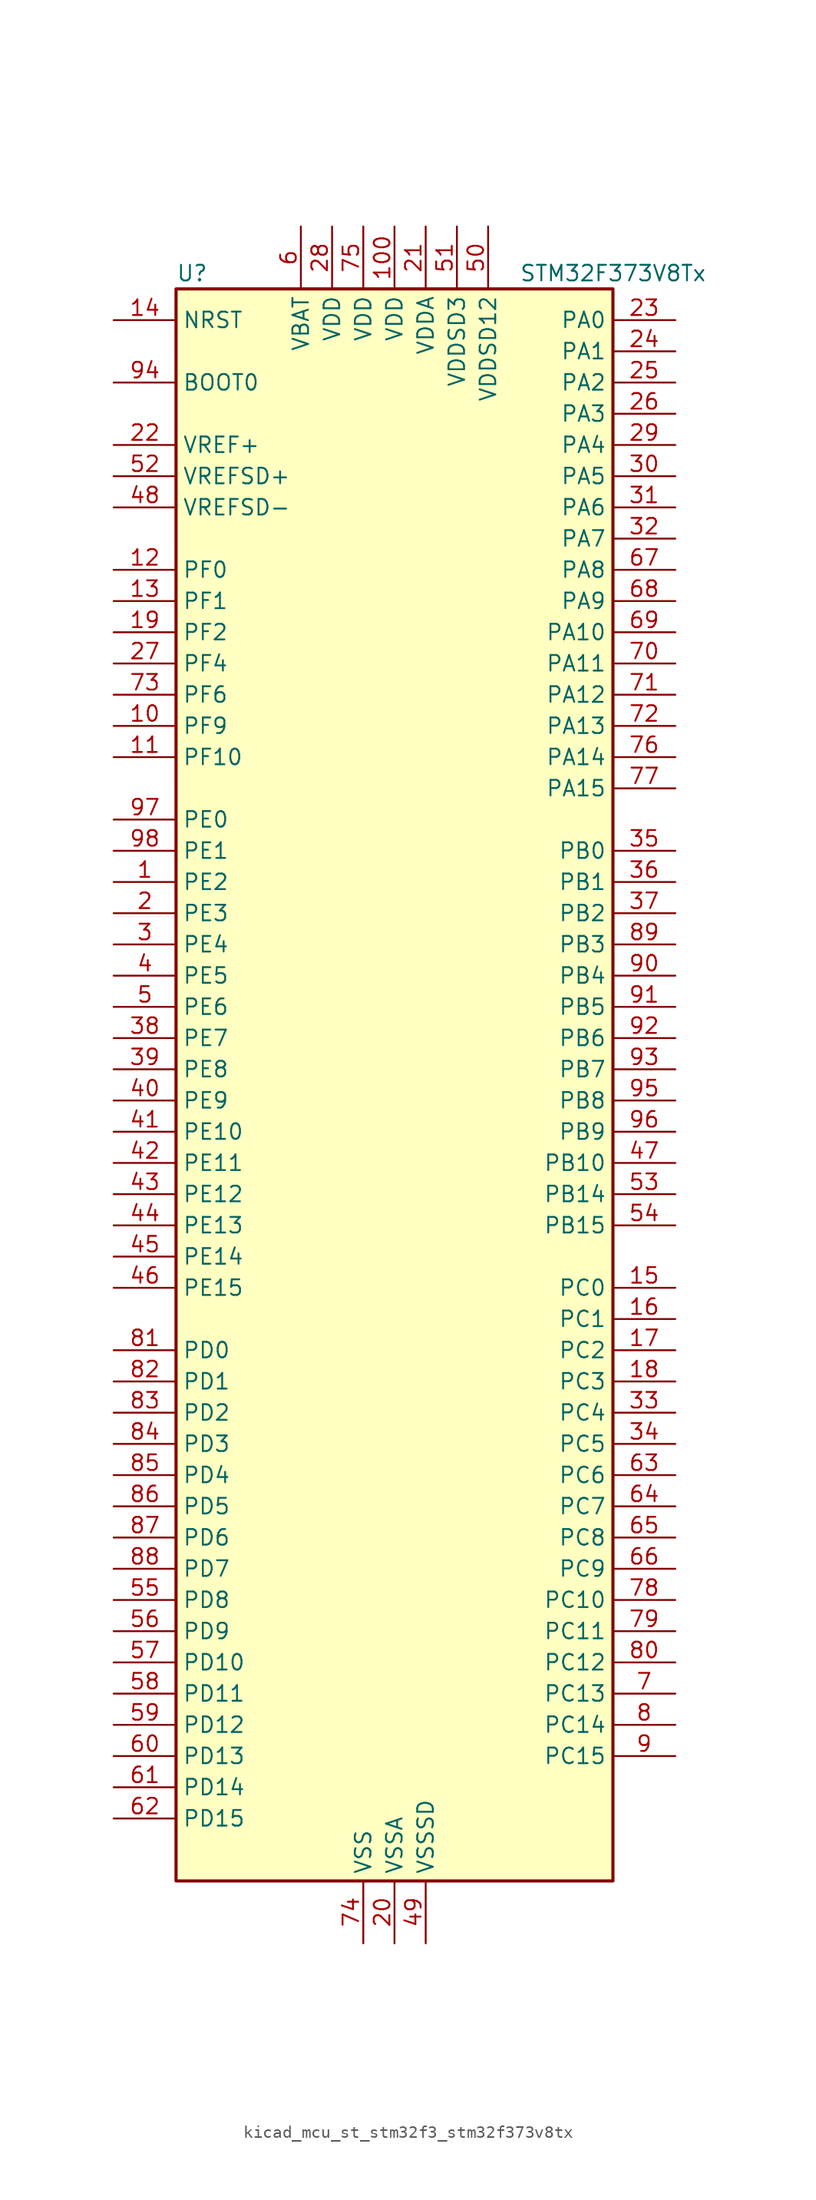
<source format=kicad_sym>
(kicad_symbol_lib
  (version 20220914)
  (generator kicad_symbol_editor)
  (symbol "kicad_mcu_st_stm32f3_stm32f373v8tx"
    (property "Reference" "U"
      (at -17.78 67.31 0)
      (effects (font (size 1.27 1.27)) (justify left)))
    (property "Value" "STM32F373V8Tx"
      (at 10.16 67.31 0)
      (effects (font (size 1.27 1.27)) (justify left)))
    (property "ki_locked" ""
      (at 0 0 0)
      (effects (font (size 1.27 1.27))))
    (symbol "kicad_mcu_st_stm32f3_stm32f373v8tx_0_1"
      (rectangle (start -17.78 -63.5) (end 17.78 66.04) (stroke (width 0.254) (type default)) (fill (type background))))
    (symbol "kicad_mcu_st_stm32f3_stm32f373v8tx_1_1"
      (pin bidirectional line (at -22.86 17.78 0) (length 5.08) (name "PE2" (effects (font (size 1.27 1.27)))) (number "1" (effects (font (size 1.27 1.27)))) (alternate "SYS_TRACECK" bidirectional line) (alternate "TSC_G7_IO1" bidirectional line))
      (pin bidirectional line (at -22.86 30.48 0) (length 5.08) (name "PF9" (effects (font (size 1.27 1.27)))) (number "10" (effects (font (size 1.27 1.27)))) (alternate "DAC1_EXTI9" bidirectional line) (alternate "DAC2_EXTI9" bidirectional line) (alternate "TIM14_CH1" bidirectional line))
      (pin power_in line (at 0 71.12 270) (length 5.08) (name "VDD" (effects (font (size 1.27 1.27)))) (number "100" (effects (font (size 1.27 1.27)))))
      (pin bidirectional line (at -22.86 27.94 0) (length 5.08) (name "PF10" (effects (font (size 1.27 1.27)))) (number "11" (effects (font (size 1.27 1.27)))))
      (pin bidirectional line (at -22.86 43.18 0) (length 5.08) (name "PF0" (effects (font (size 1.27 1.27)))) (number "12" (effects (font (size 1.27 1.27)))) (alternate "I2C2_SDA" bidirectional line) (alternate "RCC_OSC_IN" bidirectional line))
      (pin bidirectional line (at -22.86 40.64 0) (length 5.08) (name "PF1" (effects (font (size 1.27 1.27)))) (number "13" (effects (font (size 1.27 1.27)))) (alternate "I2C2_SCL" bidirectional line) (alternate "RCC_OSC_OUT" bidirectional line))
      (pin input line (at -22.86 63.5 0) (length 5.08) (name "NRST" (effects (font (size 1.27 1.27)))) (number "14" (effects (font (size 1.27 1.27)))))
      (pin bidirectional line (at 22.86 -15.24 180) (length 5.08) (name "PC0" (effects (font (size 1.27 1.27)))) (number "15" (effects (font (size 1.27 1.27)))) (alternate "ADC1_IN10" bidirectional line) (alternate "TIM5_CH1" bidirectional line) (alternate "TIM5_ETR" bidirectional line))
      (pin bidirectional line (at 22.86 -17.78 180) (length 5.08) (name "PC1" (effects (font (size 1.27 1.27)))) (number "16" (effects (font (size 1.27 1.27)))) (alternate "ADC1_IN11" bidirectional line) (alternate "TIM5_CH2" bidirectional line))
      (pin bidirectional line (at 22.86 -20.32 180) (length 5.08) (name "PC2" (effects (font (size 1.27 1.27)))) (number "17" (effects (font (size 1.27 1.27)))) (alternate "ADC1_IN12" bidirectional line) (alternate "I2S2_MCK" bidirectional line) (alternate "SPI2_MISO" bidirectional line) (alternate "TIM5_CH3" bidirectional line))
      (pin bidirectional line (at 22.86 -22.86 180) (length 5.08) (name "PC3" (effects (font (size 1.27 1.27)))) (number "18" (effects (font (size 1.27 1.27)))) (alternate "ADC1_IN13" bidirectional line) (alternate "I2S2_SD" bidirectional line) (alternate "SPI2_MOSI" bidirectional line) (alternate "TIM5_CH4" bidirectional line))
      (pin bidirectional line (at -22.86 38.1 0) (length 5.08) (name "PF2" (effects (font (size 1.27 1.27)))) (number "19" (effects (font (size 1.27 1.27)))) (alternate "I2C2_SMBA" bidirectional line))
      (pin bidirectional line (at -22.86 15.24 0) (length 5.08) (name "PE3" (effects (font (size 1.27 1.27)))) (number "2" (effects (font (size 1.27 1.27)))) (alternate "SYS_TRACED0" bidirectional line) (alternate "TSC_G7_IO2" bidirectional line))
      (pin power_in line (at 0 -68.58 90) (length 5.08) (name "VSSA" (effects (font (size 1.27 1.27)))) (number "20" (effects (font (size 1.27 1.27)))))
      (pin power_in line (at 2.54 71.12 270) (length 5.08) (name "VDDA" (effects (font (size 1.27 1.27)))) (number "21" (effects (font (size 1.27 1.27)))))
      (pin input line (at -22.86 53.34 0) (length 5.08) (name "VREF+" (effects (font (size 1.27 1.27)))) (number "22" (effects (font (size 1.27 1.27)))))
      (pin bidirectional line (at 22.86 63.5 180) (length 5.08) (name "PA0" (effects (font (size 1.27 1.27)))) (number "23" (effects (font (size 1.27 1.27)))) (alternate "ADC1_IN0" bidirectional line) (alternate "COMP1_INM" bidirectional line) (alternate "COMP1_OUT" bidirectional line) (alternate "RTC_TAMP2" bidirectional line) (alternate "SYS_WKUP1" bidirectional line) (alternate "TIM19_CH1" bidirectional line) (alternate "TIM2_CH1" bidirectional line) (alternate "TIM2_ETR" bidirectional line) (alternate "TIM5_CH1" bidirectional line) (alternate "TIM5_ETR" bidirectional line) (alternate "TSC_G1_IO1" bidirectional line) (alternate "USART2_CTS" bidirectional line))
      (pin bidirectional line (at 22.86 60.96 180) (length 5.08) (name "PA1" (effects (font (size 1.27 1.27)))) (number "24" (effects (font (size 1.27 1.27)))) (alternate "ADC1_IN1" bidirectional line) (alternate "COMP1_INP" bidirectional line) (alternate "I2S3_CK" bidirectional line) (alternate "RTC_REFIN" bidirectional line) (alternate "SPI3_SCK" bidirectional line) (alternate "TIM15_CH1N" bidirectional line) (alternate "TIM19_CH2" bidirectional line) (alternate "TIM2_CH2" bidirectional line) (alternate "TIM5_CH2" bidirectional line) (alternate "TSC_G1_IO2" bidirectional line) (alternate "USART2_DE" bidirectional line) (alternate "USART2_RTS" bidirectional line))
      (pin bidirectional line (at 22.86 58.42 180) (length 5.08) (name "PA2" (effects (font (size 1.27 1.27)))) (number "25" (effects (font (size 1.27 1.27)))) (alternate "ADC1_IN2" bidirectional line) (alternate "COMP2_INM" bidirectional line) (alternate "COMP2_OUT" bidirectional line) (alternate "I2S3_MCK" bidirectional line) (alternate "SPI3_MISO" bidirectional line) (alternate "TIM15_CH1" bidirectional line) (alternate "TIM19_CH3" bidirectional line) (alternate "TIM2_CH3" bidirectional line) (alternate "TIM5_CH3" bidirectional line) (alternate "TSC_G1_IO3" bidirectional line) (alternate "USART2_TX" bidirectional line))
      (pin bidirectional line (at 22.86 55.88 180) (length 5.08) (name "PA3" (effects (font (size 1.27 1.27)))) (number "26" (effects (font (size 1.27 1.27)))) (alternate "ADC1_IN3" bidirectional line) (alternate "COMP2_INP" bidirectional line) (alternate "I2S3_SD" bidirectional line) (alternate "SPI3_MOSI" bidirectional line) (alternate "TIM15_CH2" bidirectional line) (alternate "TIM19_CH4" bidirectional line) (alternate "TIM2_CH4" bidirectional line) (alternate "TIM5_CH4" bidirectional line) (alternate "TSC_G1_IO4" bidirectional line) (alternate "USART2_RX" bidirectional line))
      (pin bidirectional line (at -22.86 35.56 0) (length 5.08) (name "PF4" (effects (font (size 1.27 1.27)))) (number "27" (effects (font (size 1.27 1.27)))))
      (pin power_in line (at -5.08 71.12 270) (length 5.08) (name "VDD" (effects (font (size 1.27 1.27)))) (number "28" (effects (font (size 1.27 1.27)))))
      (pin bidirectional line (at 22.86 53.34 180) (length 5.08) (name "PA4" (effects (font (size 1.27 1.27)))) (number "29" (effects (font (size 1.27 1.27)))) (alternate "ADC1_IN4" bidirectional line) (alternate "DAC1_OUT1" bidirectional line) (alternate "I2S1_WS" bidirectional line) (alternate "I2S3_WS" bidirectional line) (alternate "SPI1_NSS" bidirectional line) (alternate "SPI3_NSS" bidirectional line) (alternate "TIM12_CH1" bidirectional line) (alternate "TIM3_CH2" bidirectional line) (alternate "TSC_G2_IO1" bidirectional line) (alternate "USART2_CK" bidirectional line))
      (pin bidirectional line (at -22.86 12.7 0) (length 5.08) (name "PE4" (effects (font (size 1.27 1.27)))) (number "3" (effects (font (size 1.27 1.27)))) (alternate "SYS_TRACED1" bidirectional line) (alternate "TSC_G7_IO3" bidirectional line))
      (pin bidirectional line (at 22.86 50.8 180) (length 5.08) (name "PA5" (effects (font (size 1.27 1.27)))) (number "30" (effects (font (size 1.27 1.27)))) (alternate "ADC1_IN5" bidirectional line) (alternate "CEC" bidirectional line) (alternate "DAC1_OUT2" bidirectional line) (alternate "I2S1_CK" bidirectional line) (alternate "SPI1_SCK" bidirectional line) (alternate "TIM12_CH2" bidirectional line) (alternate "TIM14_CH1" bidirectional line) (alternate "TIM2_CH1" bidirectional line) (alternate "TIM2_ETR" bidirectional line) (alternate "TSC_G2_IO2" bidirectional line))
      (pin bidirectional line (at 22.86 48.26 180) (length 5.08) (name "PA6" (effects (font (size 1.27 1.27)))) (number "31" (effects (font (size 1.27 1.27)))) (alternate "ADC1_IN6" bidirectional line) (alternate "COMP1_OUT" bidirectional line) (alternate "DAC2_OUT1" bidirectional line) (alternate "I2S1_MCK" bidirectional line) (alternate "SPI1_MISO" bidirectional line) (alternate "TIM13_CH1" bidirectional line) (alternate "TIM16_CH1" bidirectional line) (alternate "TIM3_CH1" bidirectional line) (alternate "TSC_G2_IO3" bidirectional line))
      (pin bidirectional line (at 22.86 45.72 180) (length 5.08) (name "PA7" (effects (font (size 1.27 1.27)))) (number "32" (effects (font (size 1.27 1.27)))) (alternate "ADC1_IN7" bidirectional line) (alternate "COMP2_OUT" bidirectional line) (alternate "I2S1_SD" bidirectional line) (alternate "SPI1_MOSI" bidirectional line) (alternate "TIM14_CH1" bidirectional line) (alternate "TIM17_CH1" bidirectional line) (alternate "TIM3_CH2" bidirectional line) (alternate "TSC_G2_IO4" bidirectional line))
      (pin bidirectional line (at 22.86 -25.4 180) (length 5.08) (name "PC4" (effects (font (size 1.27 1.27)))) (number "33" (effects (font (size 1.27 1.27)))) (alternate "ADC1_IN14" bidirectional line) (alternate "TIM13_CH1" bidirectional line) (alternate "TSC_G3_IO1" bidirectional line) (alternate "USART1_TX" bidirectional line))
      (pin bidirectional line (at 22.86 -27.94 180) (length 5.08) (name "PC5" (effects (font (size 1.27 1.27)))) (number "34" (effects (font (size 1.27 1.27)))) (alternate "ADC1_IN15" bidirectional line) (alternate "TSC_G3_IO2" bidirectional line) (alternate "USART1_RX" bidirectional line))
      (pin bidirectional line (at 22.86 20.32 180) (length 5.08) (name "PB0" (effects (font (size 1.27 1.27)))) (number "35" (effects (font (size 1.27 1.27)))) (alternate "ADC1_IN8" bidirectional line) (alternate "I2S1_SD" bidirectional line) (alternate "SDADC1_AIN6P" bidirectional line) (alternate "SPI1_MOSI" bidirectional line) (alternate "TIM3_CH2" bidirectional line) (alternate "TIM3_CH3" bidirectional line) (alternate "TSC_G3_IO3" bidirectional line))
      (pin bidirectional line (at 22.86 17.78 180) (length 5.08) (name "PB1" (effects (font (size 1.27 1.27)))) (number "36" (effects (font (size 1.27 1.27)))) (alternate "ADC1_IN9" bidirectional line) (alternate "SDADC1_AIN5P" bidirectional line) (alternate "SDADC1_AIN6M" bidirectional line) (alternate "TIM3_CH4" bidirectional line) (alternate "TSC_G3_IO4" bidirectional line))
      (pin bidirectional line (at 22.86 15.24 180) (length 5.08) (name "PB2" (effects (font (size 1.27 1.27)))) (number "37" (effects (font (size 1.27 1.27)))) (alternate "SDADC1_AIN4P" bidirectional line) (alternate "SDADC2_AIN6P" bidirectional line))
      (pin bidirectional line (at -22.86 5.08 0) (length 5.08) (name "PE7" (effects (font (size 1.27 1.27)))) (number "38" (effects (font (size 1.27 1.27)))) (alternate "SDADC1_AIN3P" bidirectional line) (alternate "SDADC1_AIN4M" bidirectional line) (alternate "SDADC2_AIN5P" bidirectional line) (alternate "SDADC2_AIN6M" bidirectional line))
      (pin bidirectional line (at -22.86 2.54 0) (length 5.08) (name "PE8" (effects (font (size 1.27 1.27)))) (number "39" (effects (font (size 1.27 1.27)))) (alternate "SDADC1_AIN8P" bidirectional line) (alternate "SDADC2_AIN8P" bidirectional line))
      (pin bidirectional line (at -22.86 10.16 0) (length 5.08) (name "PE5" (effects (font (size 1.27 1.27)))) (number "4" (effects (font (size 1.27 1.27)))) (alternate "SYS_TRACED2" bidirectional line) (alternate "TSC_G7_IO4" bidirectional line))
      (pin bidirectional line (at -22.86 0 0) (length 5.08) (name "PE9" (effects (font (size 1.27 1.27)))) (number "40" (effects (font (size 1.27 1.27)))) (alternate "DAC1_EXTI9" bidirectional line) (alternate "DAC2_EXTI9" bidirectional line) (alternate "SDADC1_AIN7P" bidirectional line) (alternate "SDADC1_AIN8M" bidirectional line) (alternate "SDADC2_AIN7P" bidirectional line) (alternate "SDADC2_AIN8M" bidirectional line))
      (pin bidirectional line (at -22.86 -2.54 0) (length 5.08) (name "PE10" (effects (font (size 1.27 1.27)))) (number "41" (effects (font (size 1.27 1.27)))) (alternate "SDADC1_AIN2P" bidirectional line))
      (pin bidirectional line (at -22.86 -5.08 0) (length 5.08) (name "PE11" (effects (font (size 1.27 1.27)))) (number "42" (effects (font (size 1.27 1.27)))) (alternate "ADC1_EXTI11" bidirectional line) (alternate "SDADC1_AIN1P" bidirectional line) (alternate "SDADC1_AIN2M" bidirectional line) (alternate "SDADC1_EXTI11" bidirectional line) (alternate "SDADC2_AIN4P" bidirectional line) (alternate "SDADC2_EXTI11" bidirectional line) (alternate "SDADC3_EXTI11" bidirectional line))
      (pin bidirectional line (at -22.86 -7.62 0) (length 5.08) (name "PE12" (effects (font (size 1.27 1.27)))) (number "43" (effects (font (size 1.27 1.27)))) (alternate "SDADC1_AIN0P" bidirectional line) (alternate "SDADC2_AIN3P" bidirectional line) (alternate "SDADC2_AIN4M" bidirectional line))
      (pin bidirectional line (at -22.86 -10.16 0) (length 5.08) (name "PE13" (effects (font (size 1.27 1.27)))) (number "44" (effects (font (size 1.27 1.27)))) (alternate "SDADC1_AIN0M" bidirectional line) (alternate "SDADC2_AIN2P" bidirectional line))
      (pin bidirectional line (at -22.86 -12.7 0) (length 5.08) (name "PE14" (effects (font (size 1.27 1.27)))) (number "45" (effects (font (size 1.27 1.27)))) (alternate "SDADC2_AIN1P" bidirectional line) (alternate "SDADC2_AIN2M" bidirectional line))
      (pin bidirectional line (at -22.86 -15.24 0) (length 5.08) (name "PE15" (effects (font (size 1.27 1.27)))) (number "46" (effects (font (size 1.27 1.27)))) (alternate "ADC1_EXTI15" bidirectional line) (alternate "SDADC1_EXTI15" bidirectional line) (alternate "SDADC2_AIN0P" bidirectional line) (alternate "SDADC2_EXTI15" bidirectional line) (alternate "SDADC3_EXTI15" bidirectional line) (alternate "USART3_RX" bidirectional line))
      (pin bidirectional line (at 22.86 -5.08 180) (length 5.08) (name "PB10" (effects (font (size 1.27 1.27)))) (number "47" (effects (font (size 1.27 1.27)))) (alternate "CEC" bidirectional line) (alternate "I2S2_CK" bidirectional line) (alternate "SDADC2_AIN0M" bidirectional line) (alternate "SPI2_SCK" bidirectional line) (alternate "TIM2_CH3" bidirectional line) (alternate "TSC_SYNC" bidirectional line) (alternate "USART3_TX" bidirectional line))
      (pin input line (at -22.86 48.26 0) (length 5.08) (name "VREFSD-" (effects (font (size 1.27 1.27)))) (number "48" (effects (font (size 1.27 1.27)))))
      (pin power_in line (at 2.54 -68.58 90) (length 5.08) (name "VSSSD" (effects (font (size 1.27 1.27)))) (number "49" (effects (font (size 1.27 1.27)))))
      (pin bidirectional line (at -22.86 7.62 0) (length 5.08) (name "PE6" (effects (font (size 1.27 1.27)))) (number "5" (effects (font (size 1.27 1.27)))) (alternate "RTC_TAMP3" bidirectional line) (alternate "SYS_TRACED3" bidirectional line) (alternate "SYS_WKUP3" bidirectional line))
      (pin power_in line (at 7.62 71.12 270) (length 5.08) (name "VDDSD12" (effects (font (size 1.27 1.27)))) (number "50" (effects (font (size 1.27 1.27)))))
      (pin power_in line (at 5.08 71.12 270) (length 5.08) (name "VDDSD3" (effects (font (size 1.27 1.27)))) (number "51" (effects (font (size 1.27 1.27)))))
      (pin input line (at -22.86 50.8 0) (length 5.08) (name "VREFSD+" (effects (font (size 1.27 1.27)))) (number "52" (effects (font (size 1.27 1.27)))))
      (pin bidirectional line (at 22.86 -7.62 180) (length 5.08) (name "PB14" (effects (font (size 1.27 1.27)))) (number "53" (effects (font (size 1.27 1.27)))) (alternate "I2S2_MCK" bidirectional line) (alternate "SDADC3_AIN8P" bidirectional line) (alternate "SPI2_MISO" bidirectional line) (alternate "TIM12_CH1" bidirectional line) (alternate "TIM15_CH1" bidirectional line) (alternate "TSC_G6_IO1" bidirectional line) (alternate "USART3_DE" bidirectional line) (alternate "USART3_RTS" bidirectional line))
      (pin bidirectional line (at 22.86 -10.16 180) (length 5.08) (name "PB15" (effects (font (size 1.27 1.27)))) (number "54" (effects (font (size 1.27 1.27)))) (alternate "ADC1_EXTI15" bidirectional line) (alternate "I2S2_SD" bidirectional line) (alternate "RTC_REFIN" bidirectional line) (alternate "SDADC1_EXTI15" bidirectional line) (alternate "SDADC2_EXTI15" bidirectional line) (alternate "SDADC3_AIN7P" bidirectional line) (alternate "SDADC3_AIN8M" bidirectional line) (alternate "SDADC3_EXTI15" bidirectional line) (alternate "SPI2_MOSI" bidirectional line) (alternate "TIM12_CH2" bidirectional line) (alternate "TIM15_CH1N" bidirectional line) (alternate "TIM15_CH2" bidirectional line) (alternate "TSC_G6_IO2" bidirectional line))
      (pin bidirectional line (at -22.86 -40.64 0) (length 5.08) (name "PD8" (effects (font (size 1.27 1.27)))) (number "55" (effects (font (size 1.27 1.27)))) (alternate "I2S2_CK" bidirectional line) (alternate "SDADC3_AIN6P" bidirectional line) (alternate "SPI2_SCK" bidirectional line) (alternate "TSC_G6_IO3" bidirectional line) (alternate "USART3_TX" bidirectional line))
      (pin bidirectional line (at -22.86 -43.18 0) (length 5.08) (name "PD9" (effects (font (size 1.27 1.27)))) (number "56" (effects (font (size 1.27 1.27)))) (alternate "DAC1_EXTI9" bidirectional line) (alternate "DAC2_EXTI9" bidirectional line) (alternate "SDADC3_AIN5P" bidirectional line) (alternate "SDADC3_AIN6M" bidirectional line) (alternate "TSC_G6_IO4" bidirectional line) (alternate "USART3_RX" bidirectional line))
      (pin bidirectional line (at -22.86 -45.72 0) (length 5.08) (name "PD10" (effects (font (size 1.27 1.27)))) (number "57" (effects (font (size 1.27 1.27)))) (alternate "SDADC3_AIN4P" bidirectional line) (alternate "USART3_CK" bidirectional line))
      (pin bidirectional line (at -22.86 -48.26 0) (length 5.08) (name "PD11" (effects (font (size 1.27 1.27)))) (number "58" (effects (font (size 1.27 1.27)))) (alternate "ADC1_EXTI11" bidirectional line) (alternate "SDADC1_EXTI11" bidirectional line) (alternate "SDADC2_EXTI11" bidirectional line) (alternate "SDADC3_AIN3P" bidirectional line) (alternate "SDADC3_AIN4M" bidirectional line) (alternate "SDADC3_EXTI11" bidirectional line) (alternate "USART3_CTS" bidirectional line))
      (pin bidirectional line (at -22.86 -50.8 0) (length 5.08) (name "PD12" (effects (font (size 1.27 1.27)))) (number "59" (effects (font (size 1.27 1.27)))) (alternate "SDADC3_AIN2P" bidirectional line) (alternate "TIM4_CH1" bidirectional line) (alternate "TSC_G8_IO1" bidirectional line) (alternate "USART3_DE" bidirectional line) (alternate "USART3_RTS" bidirectional line))
      (pin power_in line (at -7.62 71.12 270) (length 5.08) (name "VBAT" (effects (font (size 1.27 1.27)))) (number "6" (effects (font (size 1.27 1.27)))))
      (pin bidirectional line (at -22.86 -53.34 0) (length 5.08) (name "PD13" (effects (font (size 1.27 1.27)))) (number "60" (effects (font (size 1.27 1.27)))) (alternate "SDADC3_AIN1P" bidirectional line) (alternate "SDADC3_AIN2M" bidirectional line) (alternate "TIM4_CH2" bidirectional line) (alternate "TSC_G8_IO2" bidirectional line))
      (pin bidirectional line (at -22.86 -55.88 0) (length 5.08) (name "PD14" (effects (font (size 1.27 1.27)))) (number "61" (effects (font (size 1.27 1.27)))) (alternate "SDADC3_AIN0P" bidirectional line) (alternate "TIM4_CH3" bidirectional line) (alternate "TSC_G8_IO3" bidirectional line))
      (pin bidirectional line (at -22.86 -58.42 0) (length 5.08) (name "PD15" (effects (font (size 1.27 1.27)))) (number "62" (effects (font (size 1.27 1.27)))) (alternate "ADC1_EXTI15" bidirectional line) (alternate "SDADC1_EXTI15" bidirectional line) (alternate "SDADC2_EXTI15" bidirectional line) (alternate "SDADC3_AIN0M" bidirectional line) (alternate "SDADC3_EXTI15" bidirectional line) (alternate "TIM4_CH4" bidirectional line) (alternate "TSC_G8_IO4" bidirectional line))
      (pin bidirectional line (at 22.86 -30.48 180) (length 5.08) (name "PC6" (effects (font (size 1.27 1.27)))) (number "63" (effects (font (size 1.27 1.27)))) (alternate "I2S1_WS" bidirectional line) (alternate "SPI1_NSS" bidirectional line) (alternate "TIM3_CH1" bidirectional line))
      (pin bidirectional line (at 22.86 -33.02 180) (length 5.08) (name "PC7" (effects (font (size 1.27 1.27)))) (number "64" (effects (font (size 1.27 1.27)))) (alternate "I2S1_CK" bidirectional line) (alternate "SPI1_SCK" bidirectional line) (alternate "TIM3_CH2" bidirectional line))
      (pin bidirectional line (at 22.86 -35.56 180) (length 5.08) (name "PC8" (effects (font (size 1.27 1.27)))) (number "65" (effects (font (size 1.27 1.27)))) (alternate "I2S1_MCK" bidirectional line) (alternate "SPI1_MISO" bidirectional line) (alternate "TIM3_CH3" bidirectional line))
      (pin bidirectional line (at 22.86 -38.1 180) (length 5.08) (name "PC9" (effects (font (size 1.27 1.27)))) (number "66" (effects (font (size 1.27 1.27)))) (alternate "DAC1_EXTI9" bidirectional line) (alternate "DAC2_EXTI9" bidirectional line) (alternate "I2S1_SD" bidirectional line) (alternate "SPI1_MOSI" bidirectional line) (alternate "TIM3_CH4" bidirectional line))
      (pin bidirectional line (at 22.86 43.18 180) (length 5.08) (name "PA8" (effects (font (size 1.27 1.27)))) (number "67" (effects (font (size 1.27 1.27)))) (alternate "I2C2_SMBA" bidirectional line) (alternate "I2S2_CK" bidirectional line) (alternate "RCC_MCO" bidirectional line) (alternate "SPI2_SCK" bidirectional line) (alternate "TIM4_ETR" bidirectional line) (alternate "TIM5_CH1" bidirectional line) (alternate "TIM5_ETR" bidirectional line) (alternate "USART1_CK" bidirectional line))
      (pin bidirectional line (at 22.86 40.64 180) (length 5.08) (name "PA9" (effects (font (size 1.27 1.27)))) (number "68" (effects (font (size 1.27 1.27)))) (alternate "DAC1_EXTI9" bidirectional line) (alternate "DAC2_EXTI9" bidirectional line) (alternate "I2C2_SCL" bidirectional line) (alternate "I2S2_MCK" bidirectional line) (alternate "SPI2_MISO" bidirectional line) (alternate "TIM13_CH1" bidirectional line) (alternate "TIM15_BKIN" bidirectional line) (alternate "TIM2_CH3" bidirectional line) (alternate "TSC_G4_IO1" bidirectional line) (alternate "USART1_TX" bidirectional line))
      (pin bidirectional line (at 22.86 38.1 180) (length 5.08) (name "PA10" (effects (font (size 1.27 1.27)))) (number "69" (effects (font (size 1.27 1.27)))) (alternate "I2C2_SDA" bidirectional line) (alternate "I2S2_SD" bidirectional line) (alternate "SPI2_MOSI" bidirectional line) (alternate "TIM14_CH1" bidirectional line) (alternate "TIM17_BKIN" bidirectional line) (alternate "TIM2_CH4" bidirectional line) (alternate "TSC_G4_IO2" bidirectional line) (alternate "USART1_RX" bidirectional line))
      (pin bidirectional line (at 22.86 -48.26 180) (length 5.08) (name "PC13" (effects (font (size 1.27 1.27)))) (number "7" (effects (font (size 1.27 1.27)))) (alternate "RTC_OUT_ALARM" bidirectional line) (alternate "RTC_OUT_CALIB" bidirectional line) (alternate "RTC_TAMP1" bidirectional line) (alternate "RTC_TS" bidirectional line) (alternate "SYS_WKUP2" bidirectional line))
      (pin bidirectional line (at 22.86 35.56 180) (length 5.08) (name "PA11" (effects (font (size 1.27 1.27)))) (number "70" (effects (font (size 1.27 1.27)))) (alternate "ADC1_EXTI11" bidirectional line) (alternate "CAN_RX" bidirectional line) (alternate "COMP1_OUT" bidirectional line) (alternate "I2S1_WS" bidirectional line) (alternate "I2S2_WS" bidirectional line) (alternate "SDADC1_EXTI11" bidirectional line) (alternate "SDADC2_EXTI11" bidirectional line) (alternate "SDADC3_EXTI11" bidirectional line) (alternate "SPI1_NSS" bidirectional line) (alternate "SPI2_NSS" bidirectional line) (alternate "TIM4_CH1" bidirectional line) (alternate "TIM5_CH2" bidirectional line) (alternate "USART1_CTS" bidirectional line) (alternate "USB_DM" bidirectional line))
      (pin bidirectional line (at 22.86 33.02 180) (length 5.08) (name "PA12" (effects (font (size 1.27 1.27)))) (number "71" (effects (font (size 1.27 1.27)))) (alternate "CAN_TX" bidirectional line) (alternate "COMP2_OUT" bidirectional line) (alternate "I2S1_CK" bidirectional line) (alternate "SPI1_SCK" bidirectional line) (alternate "TIM16_CH1" bidirectional line) (alternate "TIM4_CH2" bidirectional line) (alternate "TIM5_CH3" bidirectional line) (alternate "USART1_DE" bidirectional line) (alternate "USART1_RTS" bidirectional line) (alternate "USB_DP" bidirectional line))
      (pin bidirectional line (at 22.86 30.48 180) (length 5.08) (name "PA13" (effects (font (size 1.27 1.27)))) (number "72" (effects (font (size 1.27 1.27)))) (alternate "I2S1_MCK" bidirectional line) (alternate "IR_OUT" bidirectional line) (alternate "SPI1_MISO" bidirectional line) (alternate "SYS_JTMS-SWDIO" bidirectional line) (alternate "TIM16_CH1N" bidirectional line) (alternate "TIM4_CH3" bidirectional line) (alternate "TIM5_CH4" bidirectional line) (alternate "TSC_G4_IO3" bidirectional line) (alternate "USART3_CTS" bidirectional line))
      (pin bidirectional line (at -22.86 33.02 0) (length 5.08) (name "PF6" (effects (font (size 1.27 1.27)))) (number "73" (effects (font (size 1.27 1.27)))) (alternate "I2C2_SCL" bidirectional line) (alternate "I2S1_SD" bidirectional line) (alternate "SPI1_MOSI" bidirectional line) (alternate "TIM4_CH4" bidirectional line) (alternate "USART3_DE" bidirectional line) (alternate "USART3_RTS" bidirectional line))
      (pin power_in line (at -2.54 -68.58 90) (length 5.08) (name "VSS" (effects (font (size 1.27 1.27)))) (number "74" (effects (font (size 1.27 1.27)))))
      (pin power_in line (at -2.54 71.12 270) (length 5.08) (name "VDD" (effects (font (size 1.27 1.27)))) (number "75" (effects (font (size 1.27 1.27)))))
      (pin bidirectional line (at 22.86 27.94 180) (length 5.08) (name "PA14" (effects (font (size 1.27 1.27)))) (number "76" (effects (font (size 1.27 1.27)))) (alternate "I2C1_SDA" bidirectional line) (alternate "SYS_JTCK-SWCLK" bidirectional line) (alternate "TIM12_CH1" bidirectional line) (alternate "TSC_G4_IO4" bidirectional line))
      (pin bidirectional line (at 22.86 25.4 180) (length 5.08) (name "PA15" (effects (font (size 1.27 1.27)))) (number "77" (effects (font (size 1.27 1.27)))) (alternate "ADC1_EXTI15" bidirectional line) (alternate "I2C1_SCL" bidirectional line) (alternate "I2S1_WS" bidirectional line) (alternate "I2S3_WS" bidirectional line) (alternate "SDADC1_EXTI15" bidirectional line) (alternate "SDADC2_EXTI15" bidirectional line) (alternate "SDADC3_EXTI15" bidirectional line) (alternate "SPI1_NSS" bidirectional line) (alternate "SPI3_NSS" bidirectional line) (alternate "SYS_JTDI" bidirectional line) (alternate "TIM12_CH2" bidirectional line) (alternate "TIM2_CH1" bidirectional line) (alternate "TIM2_ETR" bidirectional line) (alternate "TSC_SYNC" bidirectional line))
      (pin bidirectional line (at 22.86 -40.64 180) (length 5.08) (name "PC10" (effects (font (size 1.27 1.27)))) (number "78" (effects (font (size 1.27 1.27)))) (alternate "I2S3_CK" bidirectional line) (alternate "SPI3_SCK" bidirectional line) (alternate "TIM19_CH1" bidirectional line) (alternate "USART3_TX" bidirectional line))
      (pin bidirectional line (at 22.86 -43.18 180) (length 5.08) (name "PC11" (effects (font (size 1.27 1.27)))) (number "79" (effects (font (size 1.27 1.27)))) (alternate "ADC1_EXTI11" bidirectional line) (alternate "I2S3_MCK" bidirectional line) (alternate "SDADC1_EXTI11" bidirectional line) (alternate "SDADC2_EXTI11" bidirectional line) (alternate "SDADC3_EXTI11" bidirectional line) (alternate "SPI3_MISO" bidirectional line) (alternate "TIM19_CH2" bidirectional line) (alternate "USART3_RX" bidirectional line))
      (pin bidirectional line (at 22.86 -50.8 180) (length 5.08) (name "PC14" (effects (font (size 1.27 1.27)))) (number "8" (effects (font (size 1.27 1.27)))) (alternate "RCC_OSC32_IN" bidirectional line))
      (pin bidirectional line (at 22.86 -45.72 180) (length 5.08) (name "PC12" (effects (font (size 1.27 1.27)))) (number "80" (effects (font (size 1.27 1.27)))) (alternate "I2S3_SD" bidirectional line) (alternate "SPI3_MOSI" bidirectional line) (alternate "TIM19_CH3" bidirectional line) (alternate "USART3_CK" bidirectional line))
      (pin bidirectional line (at -22.86 -20.32 0) (length 5.08) (name "PD0" (effects (font (size 1.27 1.27)))) (number "81" (effects (font (size 1.27 1.27)))) (alternate "CAN_RX" bidirectional line) (alternate "TIM19_CH4" bidirectional line))
      (pin bidirectional line (at -22.86 -22.86 0) (length 5.08) (name "PD1" (effects (font (size 1.27 1.27)))) (number "82" (effects (font (size 1.27 1.27)))) (alternate "CAN_TX" bidirectional line) (alternate "TIM19_ETR" bidirectional line))
      (pin bidirectional line (at -22.86 -25.4 0) (length 5.08) (name "PD2" (effects (font (size 1.27 1.27)))) (number "83" (effects (font (size 1.27 1.27)))) (alternate "TIM3_ETR" bidirectional line))
      (pin bidirectional line (at -22.86 -27.94 0) (length 5.08) (name "PD3" (effects (font (size 1.27 1.27)))) (number "84" (effects (font (size 1.27 1.27)))) (alternate "I2S2_MCK" bidirectional line) (alternate "SPI2_MISO" bidirectional line) (alternate "USART2_CTS" bidirectional line))
      (pin bidirectional line (at -22.86 -30.48 0) (length 5.08) (name "PD4" (effects (font (size 1.27 1.27)))) (number "85" (effects (font (size 1.27 1.27)))) (alternate "I2S2_SD" bidirectional line) (alternate "SPI2_MOSI" bidirectional line) (alternate "USART2_DE" bidirectional line) (alternate "USART2_RTS" bidirectional line))
      (pin bidirectional line (at -22.86 -33.02 0) (length 5.08) (name "PD5" (effects (font (size 1.27 1.27)))) (number "86" (effects (font (size 1.27 1.27)))) (alternate "USART2_TX" bidirectional line))
      (pin bidirectional line (at -22.86 -35.56 0) (length 5.08) (name "PD6" (effects (font (size 1.27 1.27)))) (number "87" (effects (font (size 1.27 1.27)))) (alternate "I2S2_WS" bidirectional line) (alternate "SPI2_NSS" bidirectional line) (alternate "USART2_RX" bidirectional line))
      (pin bidirectional line (at -22.86 -38.1 0) (length 5.08) (name "PD7" (effects (font (size 1.27 1.27)))) (number "88" (effects (font (size 1.27 1.27)))) (alternate "I2S2_CK" bidirectional line) (alternate "SPI2_SCK" bidirectional line) (alternate "USART2_CK" bidirectional line))
      (pin bidirectional line (at 22.86 12.7 180) (length 5.08) (name "PB3" (effects (font (size 1.27 1.27)))) (number "89" (effects (font (size 1.27 1.27)))) (alternate "I2S1_CK" bidirectional line) (alternate "I2S3_CK" bidirectional line) (alternate "SPI1_SCK" bidirectional line) (alternate "SPI3_SCK" bidirectional line) (alternate "SYS_JTDO-TRACESWO" bidirectional line) (alternate "TIM13_CH1" bidirectional line) (alternate "TIM2_CH2" bidirectional line) (alternate "TIM3_ETR" bidirectional line) (alternate "TIM4_ETR" bidirectional line) (alternate "TSC_G5_IO1" bidirectional line) (alternate "USART2_TX" bidirectional line))
      (pin bidirectional line (at 22.86 -53.34 180) (length 5.08) (name "PC15" (effects (font (size 1.27 1.27)))) (number "9" (effects (font (size 1.27 1.27)))) (alternate "ADC1_EXTI15" bidirectional line) (alternate "RCC_OSC32_OUT" bidirectional line) (alternate "SDADC1_EXTI15" bidirectional line) (alternate "SDADC2_EXTI15" bidirectional line) (alternate "SDADC3_EXTI15" bidirectional line))
      (pin bidirectional line (at 22.86 10.16 180) (length 5.08) (name "PB4" (effects (font (size 1.27 1.27)))) (number "90" (effects (font (size 1.27 1.27)))) (alternate "I2S1_MCK" bidirectional line) (alternate "I2S3_MCK" bidirectional line) (alternate "SPI1_MISO" bidirectional line) (alternate "SPI3_MISO" bidirectional line) (alternate "SYS_NJTRST" bidirectional line) (alternate "TIM15_CH1N" bidirectional line) (alternate "TIM16_CH1" bidirectional line) (alternate "TIM17_BKIN" bidirectional line) (alternate "TIM3_CH1" bidirectional line) (alternate "TSC_G5_IO2" bidirectional line) (alternate "USART2_RX" bidirectional line))
      (pin bidirectional line (at 22.86 7.62 180) (length 5.08) (name "PB5" (effects (font (size 1.27 1.27)))) (number "91" (effects (font (size 1.27 1.27)))) (alternate "I2C1_SMBA" bidirectional line) (alternate "I2S1_SD" bidirectional line) (alternate "I2S3_SD" bidirectional line) (alternate "SPI1_MOSI" bidirectional line) (alternate "SPI3_MOSI" bidirectional line) (alternate "TIM16_BKIN" bidirectional line) (alternate "TIM17_CH1" bidirectional line) (alternate "TIM19_ETR" bidirectional line) (alternate "TIM3_CH2" bidirectional line) (alternate "USART2_CK" bidirectional line))
      (pin bidirectional line (at 22.86 5.08 180) (length 5.08) (name "PB6" (effects (font (size 1.27 1.27)))) (number "92" (effects (font (size 1.27 1.27)))) (alternate "I2C1_SCL" bidirectional line) (alternate "TIM15_CH1" bidirectional line) (alternate "TIM16_CH1N" bidirectional line) (alternate "TIM19_CH1" bidirectional line) (alternate "TIM3_CH3" bidirectional line) (alternate "TIM4_CH1" bidirectional line) (alternate "TSC_G5_IO3" bidirectional line) (alternate "USART1_TX" bidirectional line))
      (pin bidirectional line (at 22.86 2.54 180) (length 5.08) (name "PB7" (effects (font (size 1.27 1.27)))) (number "93" (effects (font (size 1.27 1.27)))) (alternate "I2C1_SDA" bidirectional line) (alternate "TIM15_CH2" bidirectional line) (alternate "TIM17_CH1N" bidirectional line) (alternate "TIM19_CH2" bidirectional line) (alternate "TIM3_CH4" bidirectional line) (alternate "TIM4_CH2" bidirectional line) (alternate "TSC_G5_IO4" bidirectional line) (alternate "USART1_RX" bidirectional line))
      (pin input line (at -22.86 58.42 0) (length 5.08) (name "BOOT0" (effects (font (size 1.27 1.27)))) (number "94" (effects (font (size 1.27 1.27)))))
      (pin bidirectional line (at 22.86 0 180) (length 5.08) (name "PB8" (effects (font (size 1.27 1.27)))) (number "95" (effects (font (size 1.27 1.27)))) (alternate "CAN_RX" bidirectional line) (alternate "CEC" bidirectional line) (alternate "COMP1_OUT" bidirectional line) (alternate "I2C1_SCL" bidirectional line) (alternate "I2S2_CK" bidirectional line) (alternate "SPI2_SCK" bidirectional line) (alternate "TIM16_CH1" bidirectional line) (alternate "TIM19_CH3" bidirectional line) (alternate "TIM4_CH3" bidirectional line) (alternate "TSC_SYNC" bidirectional line) (alternate "USART3_TX" bidirectional line))
      (pin bidirectional line (at 22.86 -2.54 180) (length 5.08) (name "PB9" (effects (font (size 1.27 1.27)))) (number "96" (effects (font (size 1.27 1.27)))) (alternate "CAN_TX" bidirectional line) (alternate "COMP2_OUT" bidirectional line) (alternate "DAC1_EXTI9" bidirectional line) (alternate "DAC2_EXTI9" bidirectional line) (alternate "I2C1_SDA" bidirectional line) (alternate "I2S2_WS" bidirectional line) (alternate "IR_OUT" bidirectional line) (alternate "SPI2_NSS" bidirectional line) (alternate "TIM17_CH1" bidirectional line) (alternate "TIM19_CH4" bidirectional line) (alternate "TIM4_CH4" bidirectional line) (alternate "USART3_RX" bidirectional line))
      (pin bidirectional line (at -22.86 22.86 0) (length 5.08) (name "PE0" (effects (font (size 1.27 1.27)))) (number "97" (effects (font (size 1.27 1.27)))) (alternate "TIM4_ETR" bidirectional line) (alternate "USART1_TX" bidirectional line))
      (pin bidirectional line (at -22.86 20.32 0) (length 5.08) (name "PE1" (effects (font (size 1.27 1.27)))) (number "98" (effects (font (size 1.27 1.27)))) (alternate "USART1_RX" bidirectional line))
      (pin passive line (at -2.54 -68.58 90) (length 5.08) hide (name "VSS" (effects (font (size 1.27 1.27)))) (number "99" (effects (font (size 1.27 1.27))))))))
</source>
